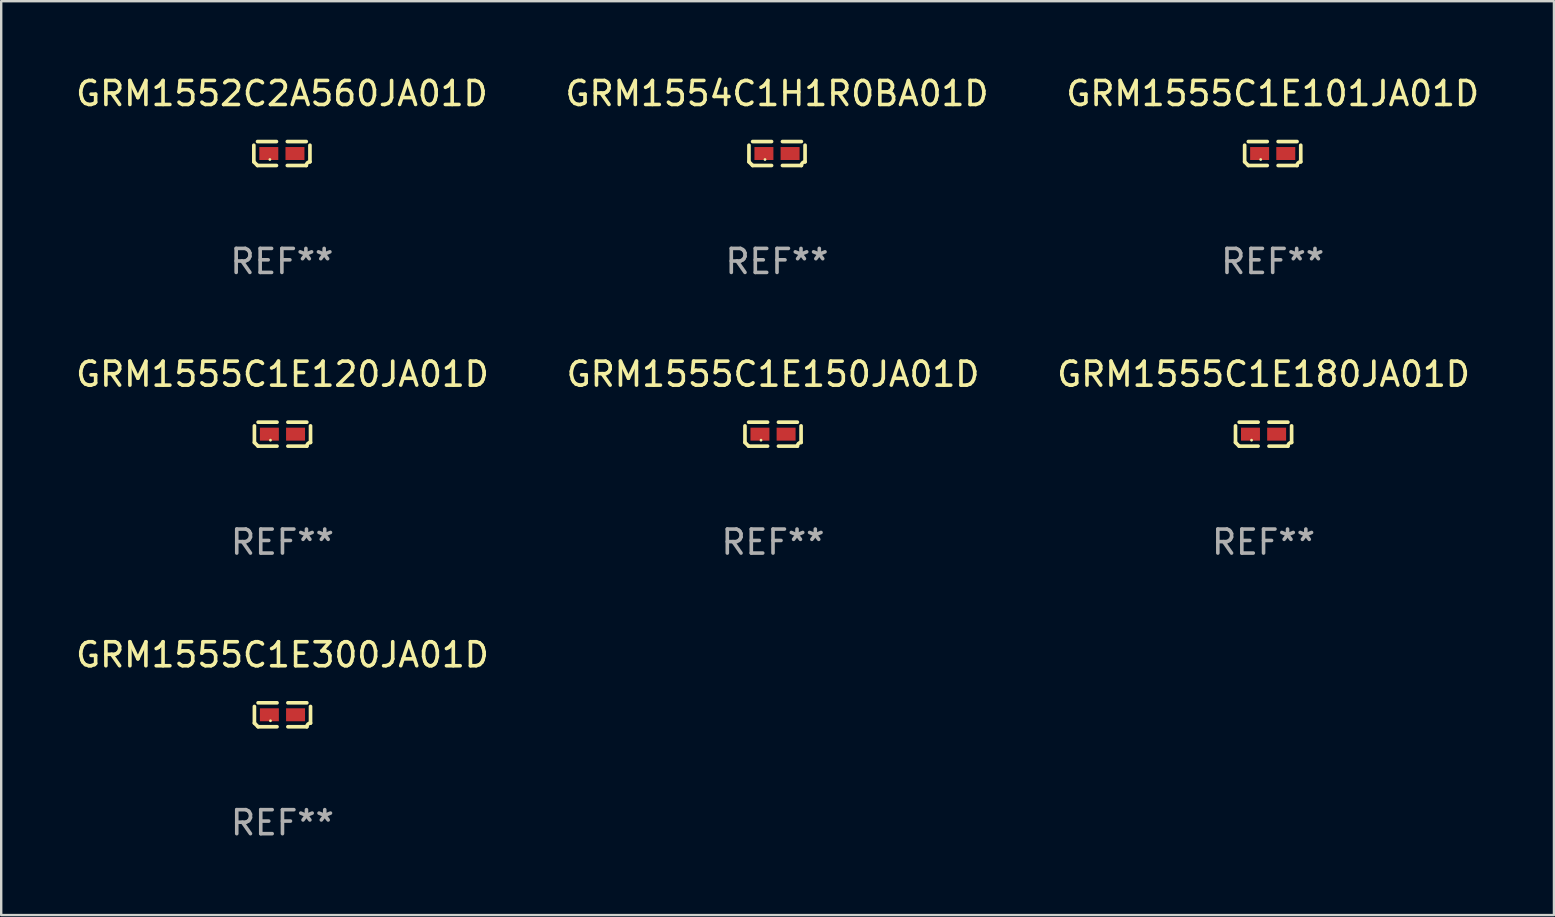
<source format=kicad_pcb>
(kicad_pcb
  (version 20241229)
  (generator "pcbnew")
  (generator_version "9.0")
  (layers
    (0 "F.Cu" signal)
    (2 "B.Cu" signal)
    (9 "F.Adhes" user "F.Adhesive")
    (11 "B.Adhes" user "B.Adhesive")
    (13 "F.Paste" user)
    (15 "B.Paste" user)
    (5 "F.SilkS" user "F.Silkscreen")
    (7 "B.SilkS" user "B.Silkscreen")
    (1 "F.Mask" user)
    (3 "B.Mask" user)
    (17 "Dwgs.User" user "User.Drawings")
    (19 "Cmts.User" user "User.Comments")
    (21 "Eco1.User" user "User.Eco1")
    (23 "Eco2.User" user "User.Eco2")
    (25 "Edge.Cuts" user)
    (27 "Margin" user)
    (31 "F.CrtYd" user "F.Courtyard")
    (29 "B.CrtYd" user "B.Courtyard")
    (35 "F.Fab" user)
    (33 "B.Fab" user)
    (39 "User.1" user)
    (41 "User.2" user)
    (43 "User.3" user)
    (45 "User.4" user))
  (footprint "GRM1555C1E150JA01D"
    (layer "F.Cu")
    (at 29.161 15.041)
    (property "Reference" "GRM1555C1E150JA01D" (at 0 -2.499 0) (layer "F.SilkS") (effects (font (size 1 1) (thickness 0.15))))
    (attr through_hole)
    (fp_line (start -1.169 0.346) (end -1.169 -0.346) (stroke (width 0.152) (type solid)) (layer "F.SilkS"))
    (fp_line (start -1.016 -0.499) (end -0.226 -0.499) (stroke (width 0.152) (type solid)) (layer "F.SilkS"))
    (fp_line (start -0.226 0.499) (end -1.016 0.499) (stroke (width 0.152) (type solid)) (layer "F.SilkS"))
    (fp_line (start 0.226 0.499) (end 1.016 0.499) (stroke (width 0.152) (type solid)) (layer "F.SilkS"))
    (fp_line (start 1.016 -0.499) (end 0.226 -0.499) (stroke (width 0.152) (type solid)) (layer "F.SilkS"))
    (fp_line (start 1.169 0.346) (end 1.169 -0.346) (stroke (width 0.152) (type solid)) (layer "F.SilkS"))
    (fp_arc (start -1.016307 0.498603) (mid -1.092512 0.422405) (end -1.16871 0.3462) (stroke (width 0.1524) (type solid)) (layer "F.SilkS"))
    (fp_arc (start 1.016307 0.498603) (mid 1.060899 0.390758) (end 1.168707 0.346076) (stroke (width 0.1524) (type solid)) (layer "F.SilkS"))
    (fp_circle (center -0.5 0.25) (end -0.47 0.25) (stroke (width 0.06) (type solid)) (fill no) (layer "F.SilkS"))
    (fp_text user "REF**" (at 0 4.499 0) (layer "F.Fab") (effects (font (size 1 1) (thickness 0.15))))
    (pad "1" smd rect (at -0.545 0) (size 0.79 0.54) (layers "F.Cu" "F.Mask" "F.Paste"))
    (pad "2" smd rect (at 0.545 0) (size 0.79 0.54) (layers "F.Cu" "F.Mask" "F.Paste")))
  (footprint "GRM1554C1H1R0BA01D"
    (layer "F.Cu")
    (at 29.327 3.347)
    (property "Reference" "GRM1554C1H1R0BA01D" (at 0 -2.499 0) (layer "F.SilkS") (effects (font (size 1 1) (thickness 0.15))))
    (attr through_hole)
    (fp_line (start -1.169 0.346) (end -1.169 -0.346) (stroke (width 0.152) (type solid)) (layer "F.SilkS"))
    (fp_line (start -1.016 -0.499) (end -0.226 -0.499) (stroke (width 0.152) (type solid)) (layer "F.SilkS"))
    (fp_line (start -0.226 0.499) (end -1.016 0.499) (stroke (width 0.152) (type solid)) (layer "F.SilkS"))
    (fp_line (start 0.226 0.499) (end 1.016 0.499) (stroke (width 0.152) (type solid)) (layer "F.SilkS"))
    (fp_line (start 1.016 -0.499) (end 0.226 -0.499) (stroke (width 0.152) (type solid)) (layer "F.SilkS"))
    (fp_line (start 1.169 0.346) (end 1.169 -0.346) (stroke (width 0.152) (type solid)) (layer "F.SilkS"))
    (fp_arc (start -1.016307 0.498603) (mid -1.092512 0.422405) (end -1.16871 0.3462) (stroke (width 0.1524) (type solid)) (layer "F.SilkS"))
    (fp_arc (start 1.016307 0.498603) (mid 1.060899 0.390758) (end 1.168707 0.346076) (stroke (width 0.1524) (type solid)) (layer "F.SilkS"))
    (fp_circle (center -0.5 0.25) (end -0.47 0.25) (stroke (width 0.06) (type solid)) (fill no) (layer "F.SilkS"))
    (fp_text user "REF**" (at 0 4.499 0) (layer "F.Fab") (effects (font (size 1 1) (thickness 0.15))))
    (pad "1" smd rect (at -0.545 0) (size 0.79 0.54) (layers "F.Cu" "F.Mask" "F.Paste"))
    (pad "2" smd rect (at 0.545 0) (size 0.79 0.54) (layers "F.Cu" "F.Mask" "F.Paste")))
  (footprint "GRM1555C1E120JA01D"
    (layer "F.Cu")
    (at 8.72 15.041)
    (property "Reference" "GRM1555C1E120JA01D" (at 0 -2.499 0) (layer "F.SilkS") (effects (font (size 1 1) (thickness 0.15))))
    (attr through_hole)
    (fp_line (start -1.169 0.346) (end -1.169 -0.346) (stroke (width 0.152) (type solid)) (layer "F.SilkS"))
    (fp_line (start -1.016 -0.499) (end -0.226 -0.499) (stroke (width 0.152) (type solid)) (layer "F.SilkS"))
    (fp_line (start -0.226 0.499) (end -1.016 0.499) (stroke (width 0.152) (type solid)) (layer "F.SilkS"))
    (fp_line (start 0.226 0.499) (end 1.016 0.499) (stroke (width 0.152) (type solid)) (layer "F.SilkS"))
    (fp_line (start 1.016 -0.499) (end 0.226 -0.499) (stroke (width 0.152) (type solid)) (layer "F.SilkS"))
    (fp_line (start 1.169 0.346) (end 1.169 -0.346) (stroke (width 0.152) (type solid)) (layer "F.SilkS"))
    (fp_arc (start -1.016307 0.498603) (mid -1.092512 0.422405) (end -1.16871 0.3462) (stroke (width 0.1524) (type solid)) (layer "F.SilkS"))
    (fp_arc (start 1.016307 0.498603) (mid 1.060899 0.390758) (end 1.168707 0.346076) (stroke (width 0.1524) (type solid)) (layer "F.SilkS"))
    (fp_circle (center -0.5 0.25) (end -0.47 0.25) (stroke (width 0.06) (type solid)) (fill no) (layer "F.SilkS"))
    (fp_text user "REF**" (at 0 4.499 0) (layer "F.Fab") (effects (font (size 1 1) (thickness 0.15))))
    (pad "1" smd rect (at -0.545 0) (size 0.79 0.54) (layers "F.Cu" "F.Mask" "F.Paste"))
    (pad "2" smd rect (at 0.545 0) (size 0.79 0.54) (layers "F.Cu" "F.Mask" "F.Paste")))
  (footprint "GRM1555C1E180JA01D"
    (layer "F.Cu")
    (at 49.601 15.041)
    (property "Reference" "GRM1555C1E180JA01D" (at 0 -2.499 0) (layer "F.SilkS") (effects (font (size 1 1) (thickness 0.15))))
    (attr through_hole)
    (fp_line (start -1.169 0.346) (end -1.169 -0.346) (stroke (width 0.152) (type solid)) (layer "F.SilkS"))
    (fp_line (start -1.016 -0.499) (end -0.226 -0.499) (stroke (width 0.152) (type solid)) (layer "F.SilkS"))
    (fp_line (start -0.226 0.499) (end -1.016 0.499) (stroke (width 0.152) (type solid)) (layer "F.SilkS"))
    (fp_line (start 0.226 0.499) (end 1.016 0.499) (stroke (width 0.152) (type solid)) (layer "F.SilkS"))
    (fp_line (start 1.016 -0.499) (end 0.226 -0.499) (stroke (width 0.152) (type solid)) (layer "F.SilkS"))
    (fp_line (start 1.169 0.346) (end 1.169 -0.346) (stroke (width 0.152) (type solid)) (layer "F.SilkS"))
    (fp_arc (start -1.016307 0.498603) (mid -1.092512 0.422405) (end -1.16871 0.3462) (stroke (width 0.1524) (type solid)) (layer "F.SilkS"))
    (fp_arc (start 1.016307 0.498603) (mid 1.060899 0.390758) (end 1.168707 0.346076) (stroke (width 0.1524) (type solid)) (layer "F.SilkS"))
    (fp_circle (center -0.5 0.25) (end -0.47 0.25) (stroke (width 0.06) (type solid)) (fill no) (layer "F.SilkS"))
    (fp_text user "REF**" (at 0 4.499 0) (layer "F.Fab") (effects (font (size 1 1) (thickness 0.15))))
    (pad "1" smd rect (at -0.545 0) (size 0.79 0.54) (layers "F.Cu" "F.Mask" "F.Paste"))
    (pad "2" smd rect (at 0.545 0) (size 0.79 0.54) (layers "F.Cu" "F.Mask" "F.Paste")))
  (footprint "GRM1555C1E101JA01D"
    (layer "F.Cu")
    (at 49.982 3.347)
    (property "Reference" "GRM1555C1E101JA01D" (at 0 -2.499 0) (layer "F.SilkS") (effects (font (size 1 1) (thickness 0.15))))
    (attr through_hole)
    (fp_line (start -1.169 0.346) (end -1.169 -0.346) (stroke (width 0.152) (type solid)) (layer "F.SilkS"))
    (fp_line (start -1.016 -0.499) (end -0.226 -0.499) (stroke (width 0.152) (type solid)) (layer "F.SilkS"))
    (fp_line (start -0.226 0.499) (end -1.016 0.499) (stroke (width 0.152) (type solid)) (layer "F.SilkS"))
    (fp_line (start 0.226 0.499) (end 1.016 0.499) (stroke (width 0.152) (type solid)) (layer "F.SilkS"))
    (fp_line (start 1.016 -0.499) (end 0.226 -0.499) (stroke (width 0.152) (type solid)) (layer "F.SilkS"))
    (fp_line (start 1.169 0.346) (end 1.169 -0.346) (stroke (width 0.152) (type solid)) (layer "F.SilkS"))
    (fp_arc (start -1.016307 0.498603) (mid -1.092512 0.422405) (end -1.16871 0.3462) (stroke (width 0.1524) (type solid)) (layer "F.SilkS"))
    (fp_arc (start 1.016307 0.498603) (mid 1.060899 0.390758) (end 1.168707 0.346076) (stroke (width 0.1524) (type solid)) (layer "F.SilkS"))
    (fp_circle (center -0.5 0.25) (end -0.47 0.25) (stroke (width 0.06) (type solid)) (fill no) (layer "F.SilkS"))
    (fp_text user "REF**" (at 0 4.499 0) (layer "F.Fab") (effects (font (size 1 1) (thickness 0.15))))
    (pad "1" smd rect (at -0.545 0) (size 0.79 0.54) (layers "F.Cu" "F.Mask" "F.Paste"))
    (pad "2" smd rect (at 0.545 0) (size 0.79 0.54) (layers "F.Cu" "F.Mask" "F.Paste")))
  (footprint "GRM1552C2A560JA01D"
    (layer "F.Cu")
    (at 8.696 3.347)
    (property "Reference" "GRM1552C2A560JA01D" (at 0 -2.499 0) (layer "F.SilkS") (effects (font (size 1 1) (thickness 0.15))))
    (attr through_hole)
    (fp_line (start -1.169 0.346) (end -1.169 -0.346) (stroke (width 0.152) (type solid)) (layer "F.SilkS"))
    (fp_line (start -1.016 -0.499) (end -0.226 -0.499) (stroke (width 0.152) (type solid)) (layer "F.SilkS"))
    (fp_line (start -0.226 0.499) (end -1.016 0.499) (stroke (width 0.152) (type solid)) (layer "F.SilkS"))
    (fp_line (start 0.226 0.499) (end 1.016 0.499) (stroke (width 0.152) (type solid)) (layer "F.SilkS"))
    (fp_line (start 1.016 -0.499) (end 0.226 -0.499) (stroke (width 0.152) (type solid)) (layer "F.SilkS"))
    (fp_line (start 1.169 0.346) (end 1.169 -0.346) (stroke (width 0.152) (type solid)) (layer "F.SilkS"))
    (fp_arc (start -1.016307 0.498603) (mid -1.092512 0.422405) (end -1.16871 0.3462) (stroke (width 0.1524) (type solid)) (layer "F.SilkS"))
    (fp_arc (start 1.016307 0.498603) (mid 1.060899 0.390758) (end 1.168707 0.346076) (stroke (width 0.1524) (type solid)) (layer "F.SilkS"))
    (fp_circle (center -0.5 0.25) (end -0.47 0.25) (stroke (width 0.06) (type solid)) (fill no) (layer "F.SilkS"))
    (fp_text user "REF**" (at 0 4.499 0) (layer "F.Fab") (effects (font (size 1 1) (thickness 0.15))))
    (pad "1" smd rect (at -0.545 0) (size 0.79 0.54) (layers "F.Cu" "F.Mask" "F.Paste"))
    (pad "2" smd rect (at 0.545 0) (size 0.79 0.54) (layers "F.Cu" "F.Mask" "F.Paste")))
  (footprint "GRM1555C1E300JA01D"
    (layer "F.Cu")
    (at 8.72 26.734)
    (property "Reference" "GRM1555C1E300JA01D" (at 0 -2.499 0) (layer "F.SilkS") (effects (font (size 1 1) (thickness 0.15))))
    (attr through_hole)
    (fp_line (start -1.169 0.346) (end -1.169 -0.346) (stroke (width 0.152) (type solid)) (layer "F.SilkS"))
    (fp_line (start -1.016 -0.499) (end -0.226 -0.499) (stroke (width 0.152) (type solid)) (layer "F.SilkS"))
    (fp_line (start -0.226 0.499) (end -1.016 0.499) (stroke (width 0.152) (type solid)) (layer "F.SilkS"))
    (fp_line (start 0.226 0.499) (end 1.016 0.499) (stroke (width 0.152) (type solid)) (layer "F.SilkS"))
    (fp_line (start 1.016 -0.499) (end 0.226 -0.499) (stroke (width 0.152) (type solid)) (layer "F.SilkS"))
    (fp_line (start 1.169 0.346) (end 1.169 -0.346) (stroke (width 0.152) (type solid)) (layer "F.SilkS"))
    (fp_arc (start -1.016307 0.498603) (mid -1.092512 0.422405) (end -1.16871 0.3462) (stroke (width 0.1524) (type solid)) (layer "F.SilkS"))
    (fp_arc (start 1.016307 0.498603) (mid 1.060899 0.390758) (end 1.168707 0.346076) (stroke (width 0.1524) (type solid)) (layer "F.SilkS"))
    (fp_circle (center -0.5 0.25) (end -0.47 0.25) (stroke (width 0.06) (type solid)) (fill no) (layer "F.SilkS"))
    (fp_text user "REF**" (at 0 4.499 0) (layer "F.Fab") (effects (font (size 1 1) (thickness 0.15))))
    (pad "1" smd rect (at -0.545 0) (size 0.79 0.54) (layers "F.Cu" "F.Mask" "F.Paste"))
    (pad "2" smd rect (at 0.545 0) (size 0.79 0.54) (layers "F.Cu" "F.Mask" "F.Paste")))
  (gr_rect
    (start -3 -3)
    (end 61.702 35.081)
    (stroke (width 0.1) (type default))
    (fill no)
    (layer "Edge.Cuts")))
</source>
